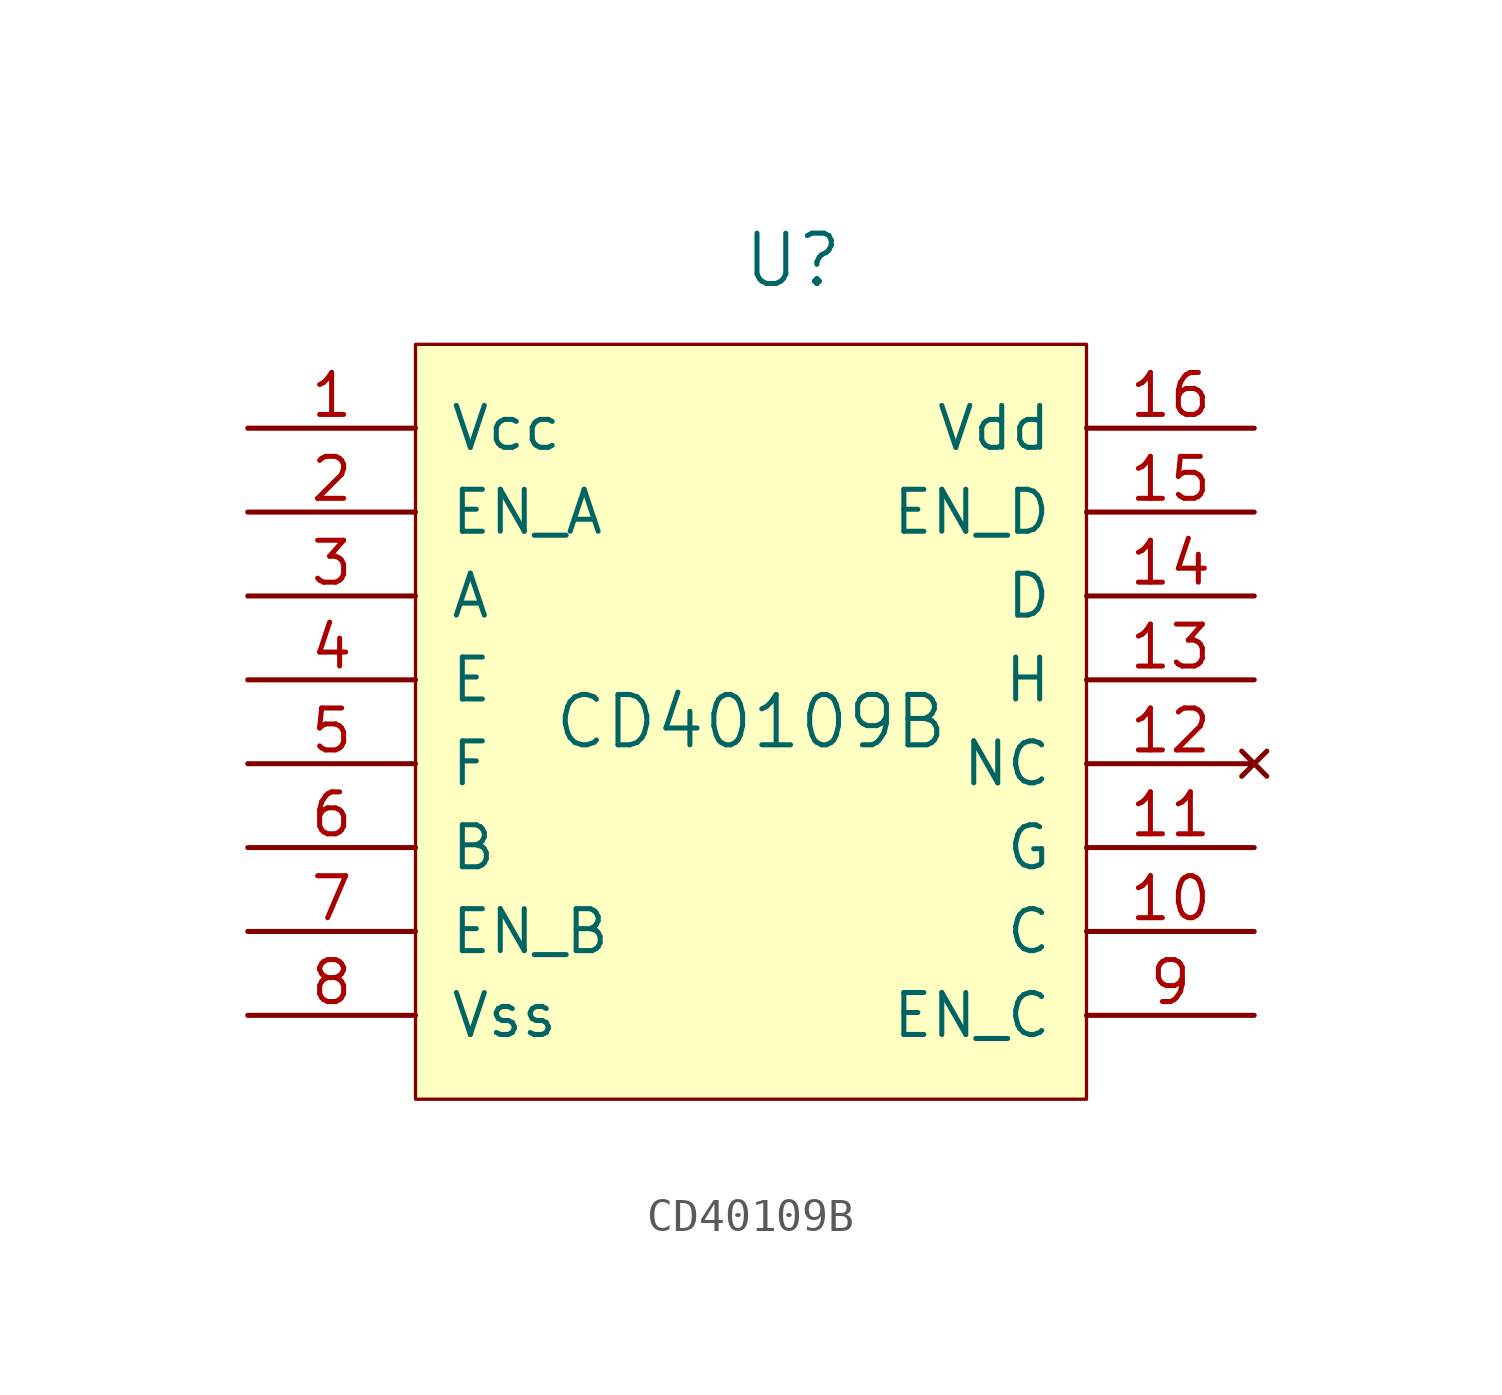
<source format=kicad_sym>
(kicad_symbol_lib
  (version 20201005)
  (generator kicad_symbol_editor)
  (symbol "CD40109B:CD40109B"
    (pin_names
      (offset 1.016))
    (property "Reference" "U"
      (at -5.08 12.7 0)
      (effects (font (size 1.524 1.524))))
    (property "Value" "CD40109B"
      (at -6.35 -1.27 0)
      (effects (font (size 1.524 1.524))))
    (symbol "CD40109B_0_1"
      (rectangle (start -16.51 10.16) (end 3.81 -12.7) (stroke (width 0.1)) (fill (type background))))
    (symbol "CD40109B_1_1"
      (pin input line (at -21.59 7.62 0) (length 5.08) (name "Vcc" (effects (font (size 1.27 1.27)))) (number "1" (effects (font (size 1.27 1.27)))))
      (pin input line (at 8.89 -7.62 180) (length 5.08) (name "C" (effects (font (size 1.27 1.27)))) (number "10" (effects (font (size 1.27 1.27)))))
      (pin input line (at 8.89 -5.08 180) (length 5.08) (name "G" (effects (font (size 1.27 1.27)))) (number "11" (effects (font (size 1.27 1.27)))))
      (pin no_connect line (at 8.89 -2.54 180) (length 5.08) (name "NC" (effects (font (size 1.27 1.27)))) (number "12" (effects (font (size 1.27 1.27)))))
      (pin input line (at 8.89 0 180) (length 5.08) (name "H" (effects (font (size 1.27 1.27)))) (number "13" (effects (font (size 1.27 1.27)))))
      (pin input line (at 8.89 2.54 180) (length 5.08) (name "D" (effects (font (size 1.27 1.27)))) (number "14" (effects (font (size 1.27 1.27)))))
      (pin input line (at 8.89 5.08 180) (length 5.08) (name "EN_D" (effects (font (size 1.27 1.27)))) (number "15" (effects (font (size 1.27 1.27)))))
      (pin input line (at 8.89 7.62 180) (length 5.08) (name "Vdd" (effects (font (size 1.27 1.27)))) (number "16" (effects (font (size 1.27 1.27)))))
      (pin input line (at -21.59 5.08 0) (length 5.08) (name "EN_A" (effects (font (size 1.27 1.27)))) (number "2" (effects (font (size 1.27 1.27)))))
      (pin input line (at -21.59 2.54 0) (length 5.08) (name "A" (effects (font (size 1.27 1.27)))) (number "3" (effects (font (size 1.27 1.27)))))
      (pin input line (at -21.59 0 0) (length 5.08) (name "E" (effects (font (size 1.27 1.27)))) (number "4" (effects (font (size 1.27 1.27)))))
      (pin input line (at -21.59 -2.54 0) (length 5.08) (name "F" (effects (font (size 1.27 1.27)))) (number "5" (effects (font (size 1.27 1.27)))))
      (pin input line (at -21.59 -5.08 0) (length 5.08) (name "B" (effects (font (size 1.27 1.27)))) (number "6" (effects (font (size 1.27 1.27)))))
      (pin input line (at -21.59 -7.62 0) (length 5.08) (name "EN_B" (effects (font (size 1.27 1.27)))) (number "7" (effects (font (size 1.27 1.27)))))
      (pin input line (at -21.59 -10.16 0) (length 5.08) (name "Vss" (effects (font (size 1.27 1.27)))) (number "8" (effects (font (size 1.27 1.27)))))
      (pin input line (at 8.89 -10.16 180) (length 5.08) (name "EN_C" (effects (font (size 1.27 1.27)))) (number "9" (effects (font (size 1.27 1.27))))))))
</source>
